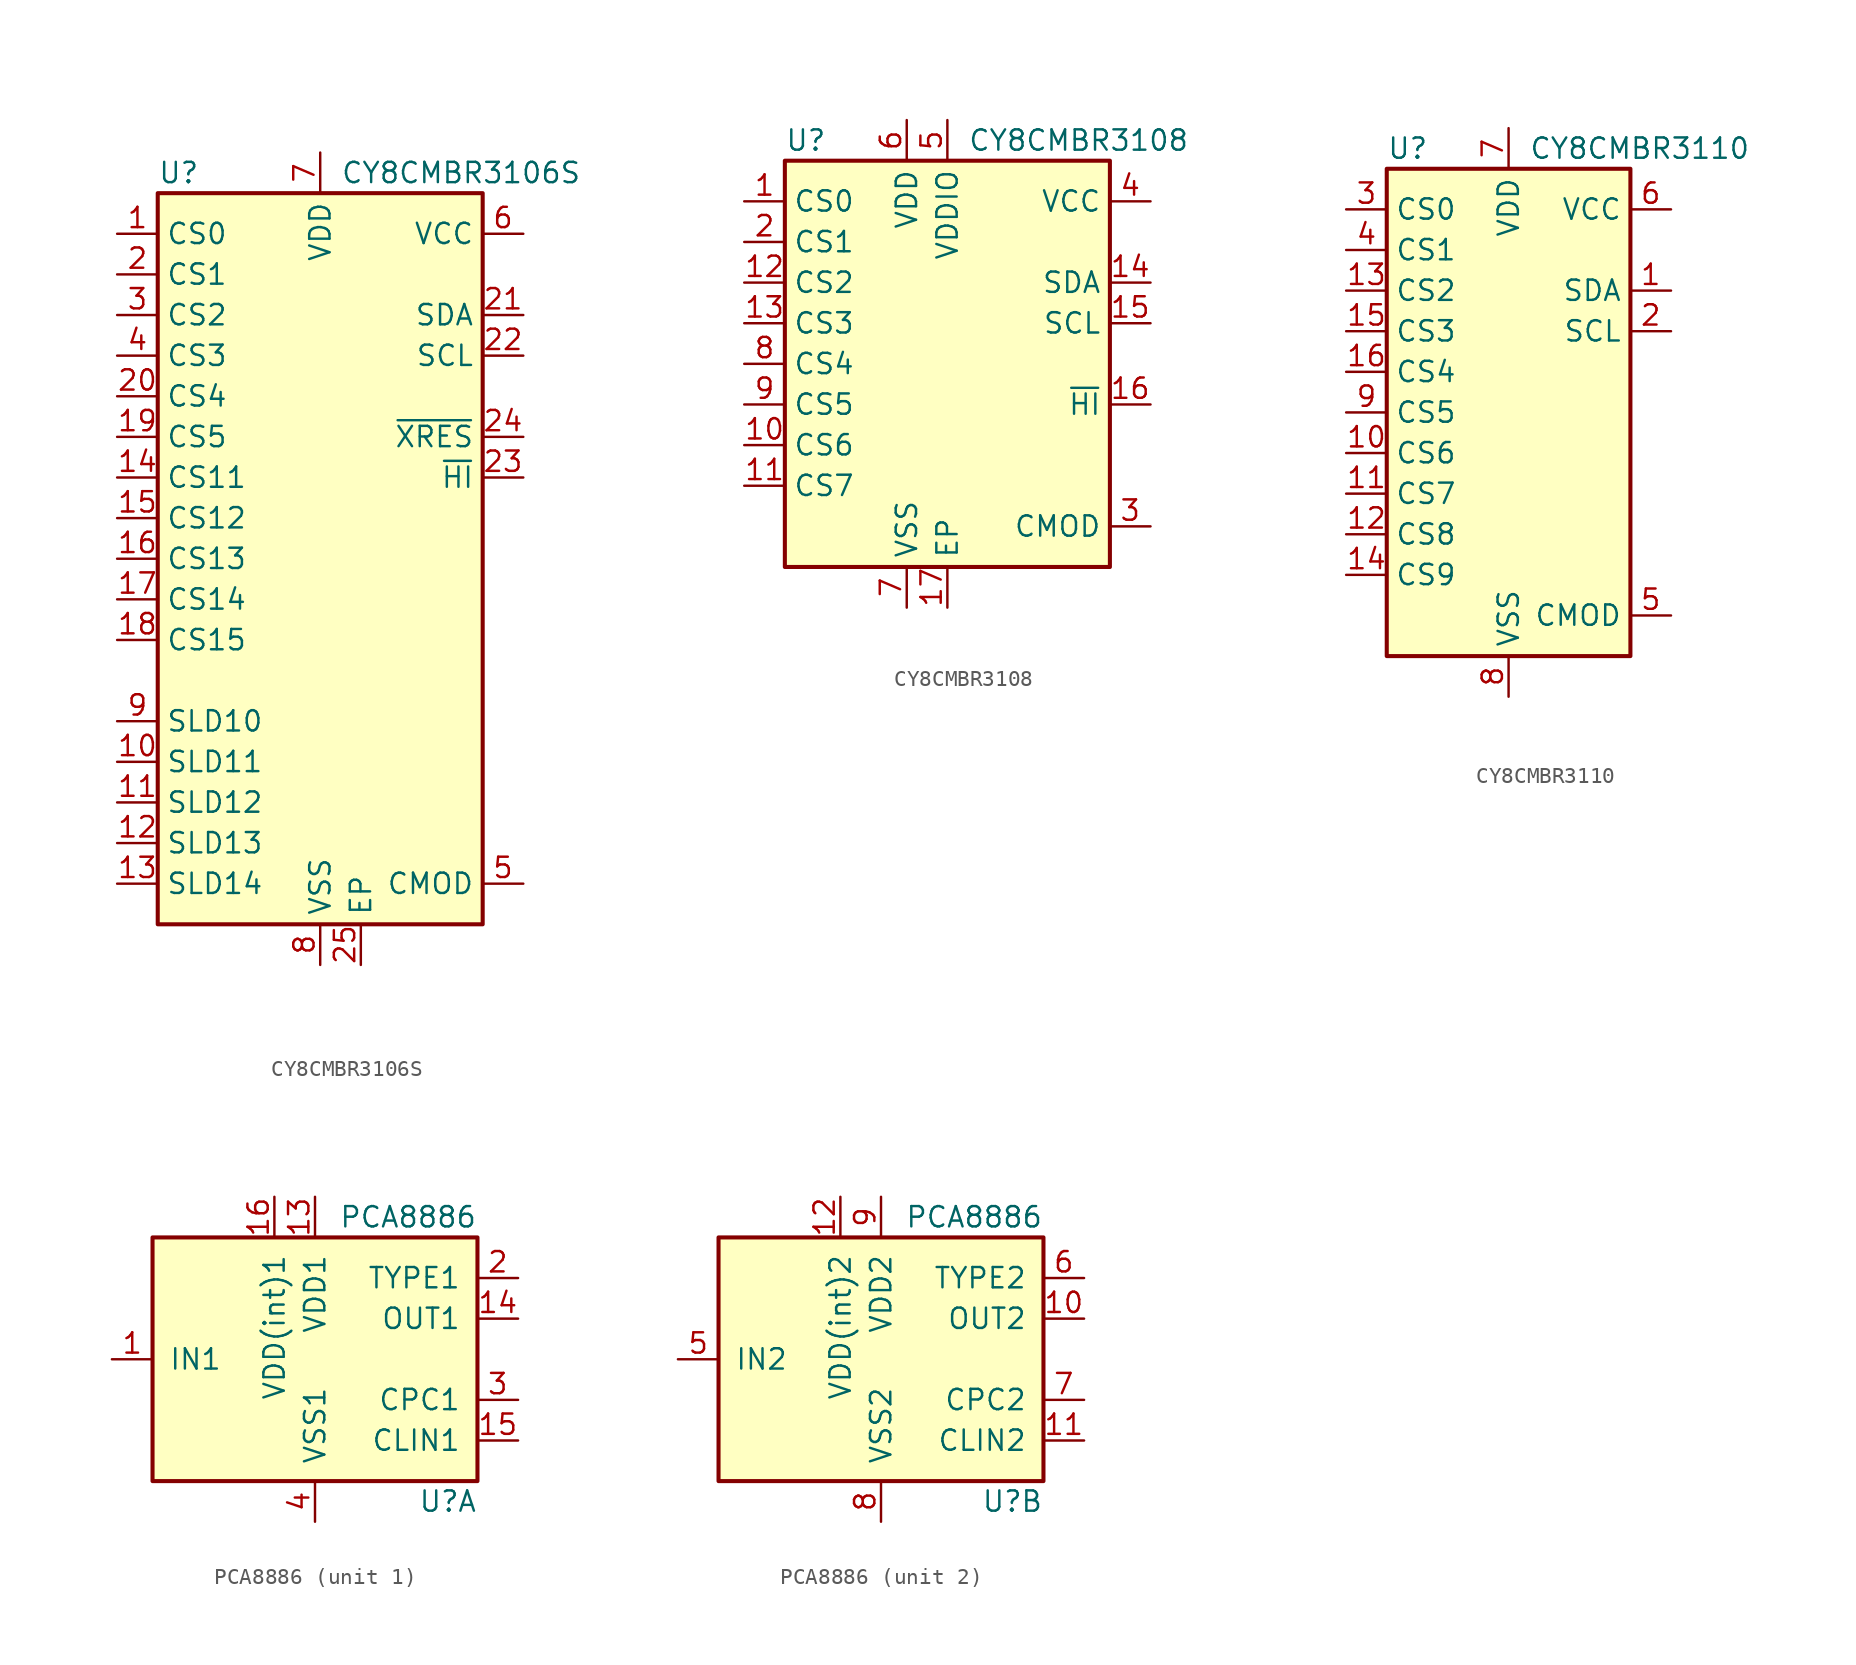
<source format=kicad_sym>
(kicad_symbol_lib
  (version 20201005)
  (generator kicad_symbol_editor)
  (symbol "CY8CMBR3106S"
    (property "Reference" "U"
      (at -10.16 24.13 0)
      (effects (font (size 1.27 1.27)) (justify left)))
    (property "Value" "CY8CMBR3106S"
      (at 1.27 24.13 0)
      (effects (font (size 1.27 1.27)) (justify left)))
    (symbol "CY8CMBR3106S_0_1"
      (rectangle (start -10.16 22.86) (end 10.16 -22.86) (stroke (width 0.254)) (fill (type background))))
    (symbol "CY8CMBR3106S_1_1"
      (pin passive line (at -12.7 20.32 0) (length 2.54) (name "CS0" (effects (font (size 1.27 1.27)))) (number "1" (effects (font (size 1.27 1.27)))))
      (pin passive line (at -12.7 -12.7 0) (length 2.54) (name "SLD11" (effects (font (size 1.27 1.27)))) (number "10" (effects (font (size 1.27 1.27)))))
      (pin passive line (at -12.7 -15.24 0) (length 2.54) (name "SLD12" (effects (font (size 1.27 1.27)))) (number "11" (effects (font (size 1.27 1.27)))))
      (pin passive line (at -12.7 -17.78 0) (length 2.54) (name "SLD13" (effects (font (size 1.27 1.27)))) (number "12" (effects (font (size 1.27 1.27)))))
      (pin passive line (at -12.7 -20.32 0) (length 2.54) (name "SLD14" (effects (font (size 1.27 1.27)))) (number "13" (effects (font (size 1.27 1.27)))))
      (pin passive line (at -12.7 5.08 0) (length 2.54) (name "CS11" (effects (font (size 1.27 1.27)))) (number "14" (effects (font (size 1.27 1.27)))))
      (pin passive line (at -12.7 2.54 0) (length 2.54) (name "CS12" (effects (font (size 1.27 1.27)))) (number "15" (effects (font (size 1.27 1.27)))))
      (pin passive line (at -12.7 0 0) (length 2.54) (name "CS13" (effects (font (size 1.27 1.27)))) (number "16" (effects (font (size 1.27 1.27)))))
      (pin passive line (at -12.7 -2.54 0) (length 2.54) (name "CS14" (effects (font (size 1.27 1.27)))) (number "17" (effects (font (size 1.27 1.27)))))
      (pin passive line (at -12.7 -5.08 0) (length 2.54) (name "CS15" (effects (font (size 1.27 1.27)))) (number "18" (effects (font (size 1.27 1.27)))))
      (pin passive line (at -12.7 7.62 0) (length 2.54) (name "CS5" (effects (font (size 1.27 1.27)))) (number "19" (effects (font (size 1.27 1.27)))))
      (pin passive line (at -12.7 17.78 0) (length 2.54) (name "CS1" (effects (font (size 1.27 1.27)))) (number "2" (effects (font (size 1.27 1.27)))))
      (pin passive line (at -12.7 10.16 0) (length 2.54) (name "CS4" (effects (font (size 1.27 1.27)))) (number "20" (effects (font (size 1.27 1.27)))))
      (pin bidirectional line (at 12.7 15.24 180) (length 2.54) (name "SDA" (effects (font (size 1.27 1.27)))) (number "21" (effects (font (size 1.27 1.27)))))
      (pin input line (at 12.7 12.7 180) (length 2.54) (name "SCL" (effects (font (size 1.27 1.27)))) (number "22" (effects (font (size 1.27 1.27)))))
      (pin bidirectional line (at 12.7 5.08 180) (length 2.54) (name "~HI" (effects (font (size 1.27 1.27)))) (number "23" (effects (font (size 1.27 1.27)))))
      (pin input line (at 12.7 7.62 180) (length 2.54) (name "~XRES" (effects (font (size 1.27 1.27)))) (number "24" (effects (font (size 1.27 1.27)))))
      (pin passive line (at 2.54 -25.4 90) (length 2.54) (name "EP" (effects (font (size 1.27 1.27)))) (number "25" (effects (font (size 1.27 1.27)))))
      (pin passive line (at -12.7 15.24 0) (length 2.54) (name "CS2" (effects (font (size 1.27 1.27)))) (number "3" (effects (font (size 1.27 1.27)))))
      (pin passive line (at -12.7 12.7 0) (length 2.54) (name "CS3" (effects (font (size 1.27 1.27)))) (number "4" (effects (font (size 1.27 1.27)))))
      (pin passive line (at 12.7 -20.32 180) (length 2.54) (name "CMOD" (effects (font (size 1.27 1.27)))) (number "5" (effects (font (size 1.27 1.27)))))
      (pin passive line (at 12.7 20.32 180) (length 2.54) (name "VCC" (effects (font (size 1.27 1.27)))) (number "6" (effects (font (size 1.27 1.27)))))
      (pin power_in line (at 0 25.4 270) (length 2.54) (name "VDD" (effects (font (size 1.27 1.27)))) (number "7" (effects (font (size 1.27 1.27)))))
      (pin power_in line (at 0 -25.4 90) (length 2.54) (name "VSS" (effects (font (size 1.27 1.27)))) (number "8" (effects (font (size 1.27 1.27)))))
      (pin passive line (at -12.7 -10.16 0) (length 2.54) (name "SLD10" (effects (font (size 1.27 1.27)))) (number "9" (effects (font (size 1.27 1.27)))))))
  (symbol "CY8CMBR3108"
    (property "Reference" "U"
      (at -10.16 13.97 0)
      (effects (font (size 1.27 1.27)) (justify left)))
    (property "Value" "CY8CMBR3108"
      (at 1.27 13.97 0)
      (effects (font (size 1.27 1.27)) (justify left)))
    (symbol "CY8CMBR3108_0_1"
      (rectangle (start -10.16 12.7) (end 10.16 -12.7) (stroke (width 0.254)) (fill (type background))))
    (symbol "CY8CMBR3108_1_1"
      (pin passive line (at -12.7 10.16 0) (length 2.54) (name "CS0" (effects (font (size 1.27 1.27)))) (number "1" (effects (font (size 1.27 1.27)))))
      (pin passive line (at -12.7 -5.08 0) (length 2.54) (name "CS6" (effects (font (size 1.27 1.27)))) (number "10" (effects (font (size 1.27 1.27)))))
      (pin passive line (at -12.7 -7.62 0) (length 2.54) (name "CS7" (effects (font (size 1.27 1.27)))) (number "11" (effects (font (size 1.27 1.27)))))
      (pin passive line (at -12.7 5.08 0) (length 2.54) (name "CS2" (effects (font (size 1.27 1.27)))) (number "12" (effects (font (size 1.27 1.27)))))
      (pin passive line (at -12.7 2.54 0) (length 2.54) (name "CS3" (effects (font (size 1.27 1.27)))) (number "13" (effects (font (size 1.27 1.27)))))
      (pin bidirectional line (at 12.7 5.08 180) (length 2.54) (name "SDA" (effects (font (size 1.27 1.27)))) (number "14" (effects (font (size 1.27 1.27)))))
      (pin input line (at 12.7 2.54 180) (length 2.54) (name "SCL" (effects (font (size 1.27 1.27)))) (number "15" (effects (font (size 1.27 1.27)))))
      (pin bidirectional line (at 12.7 -2.54 180) (length 2.54) (name "~HI" (effects (font (size 1.27 1.27)))) (number "16" (effects (font (size 1.27 1.27)))))
      (pin passive line (at 0 -15.24 90) (length 2.54) (name "EP" (effects (font (size 1.27 1.27)))) (number "17" (effects (font (size 1.27 1.27)))))
      (pin passive line (at -12.7 7.62 0) (length 2.54) (name "CS1" (effects (font (size 1.27 1.27)))) (number "2" (effects (font (size 1.27 1.27)))))
      (pin passive line (at 12.7 -10.16 180) (length 2.54) (name "CMOD" (effects (font (size 1.27 1.27)))) (number "3" (effects (font (size 1.27 1.27)))))
      (pin passive line (at 12.7 10.16 180) (length 2.54) (name "VCC" (effects (font (size 1.27 1.27)))) (number "4" (effects (font (size 1.27 1.27)))))
      (pin power_in line (at 0 15.24 270) (length 2.54) (name "VDDIO" (effects (font (size 1.27 1.27)))) (number "5" (effects (font (size 1.27 1.27)))))
      (pin power_in line (at -2.54 15.24 270) (length 2.54) (name "VDD" (effects (font (size 1.27 1.27)))) (number "6" (effects (font (size 1.27 1.27)))))
      (pin power_in line (at -2.54 -15.24 90) (length 2.54) (name "VSS" (effects (font (size 1.27 1.27)))) (number "7" (effects (font (size 1.27 1.27)))))
      (pin passive line (at -12.7 0 0) (length 2.54) (name "CS4" (effects (font (size 1.27 1.27)))) (number "8" (effects (font (size 1.27 1.27)))))
      (pin passive line (at -12.7 -2.54 0) (length 2.54) (name "CS5" (effects (font (size 1.27 1.27)))) (number "9" (effects (font (size 1.27 1.27)))))))
  (symbol "CY8CMBR3110"
    (property "Reference" "U"
      (at -7.62 16.51 0)
      (effects (font (size 1.27 1.27)) (justify left)))
    (property "Value" "CY8CMBR3110"
      (at 1.27 16.51 0)
      (effects (font (size 1.27 1.27)) (justify left)))
    (symbol "CY8CMBR3110_0_1"
      (rectangle (start -7.62 15.24) (end 7.62 -15.24) (stroke (width 0.254)) (fill (type background))))
    (symbol "CY8CMBR3110_1_1"
      (pin bidirectional line (at 10.16 7.62 180) (length 2.54) (name "SDA" (effects (font (size 1.27 1.27)))) (number "1" (effects (font (size 1.27 1.27)))))
      (pin passive line (at -10.16 -2.54 0) (length 2.54) (name "CS6" (effects (font (size 1.27 1.27)))) (number "10" (effects (font (size 1.27 1.27)))))
      (pin passive line (at -10.16 -5.08 0) (length 2.54) (name "CS7" (effects (font (size 1.27 1.27)))) (number "11" (effects (font (size 1.27 1.27)))))
      (pin passive line (at -10.16 -7.62 0) (length 2.54) (name "CS8" (effects (font (size 1.27 1.27)))) (number "12" (effects (font (size 1.27 1.27)))))
      (pin passive line (at -10.16 7.62 0) (length 2.54) (name "CS2" (effects (font (size 1.27 1.27)))) (number "13" (effects (font (size 1.27 1.27)))))
      (pin passive line (at -10.16 -10.16 0) (length 2.54) (name "CS9" (effects (font (size 1.27 1.27)))) (number "14" (effects (font (size 1.27 1.27)))))
      (pin passive line (at -10.16 5.08 0) (length 2.54) (name "CS3" (effects (font (size 1.27 1.27)))) (number "15" (effects (font (size 1.27 1.27)))))
      (pin passive line (at -10.16 2.54 0) (length 2.54) (name "CS4" (effects (font (size 1.27 1.27)))) (number "16" (effects (font (size 1.27 1.27)))))
      (pin input line (at 10.16 5.08 180) (length 2.54) (name "SCL" (effects (font (size 1.27 1.27)))) (number "2" (effects (font (size 1.27 1.27)))))
      (pin passive line (at -10.16 12.7 0) (length 2.54) (name "CS0" (effects (font (size 1.27 1.27)))) (number "3" (effects (font (size 1.27 1.27)))))
      (pin passive line (at -10.16 10.16 0) (length 2.54) (name "CS1" (effects (font (size 1.27 1.27)))) (number "4" (effects (font (size 1.27 1.27)))))
      (pin passive line (at 10.16 -12.7 180) (length 2.54) (name "CMOD" (effects (font (size 1.27 1.27)))) (number "5" (effects (font (size 1.27 1.27)))))
      (pin passive line (at 10.16 12.7 180) (length 2.54) (name "VCC" (effects (font (size 1.27 1.27)))) (number "6" (effects (font (size 1.27 1.27)))))
      (pin power_in line (at 0 17.78 270) (length 2.54) (name "VDD" (effects (font (size 1.27 1.27)))) (number "7" (effects (font (size 1.27 1.27)))))
      (pin power_in line (at 0 -17.78 90) (length 2.54) (name "VSS" (effects (font (size 1.27 1.27)))) (number "8" (effects (font (size 1.27 1.27)))))
      (pin passive line (at -10.16 0 0) (length 2.54) (name "CS5" (effects (font (size 1.27 1.27)))) (number "9" (effects (font (size 1.27 1.27)))))))
  (symbol "PCA8886"
    (pin_names
      (offset 1.016))
    (property "Reference" "U"
      (at 10.16 -8.89 0)
      (effects (font (size 1.27 1.27)) (justify right)))
    (property "Value" "PCA8886"
      (at 10.16 8.89 0)
      (effects (font (size 1.27 1.27)) (justify right)))
    (property "ki_locked" ""
      (at 0 0 0)
      (effects (font (size 1.27 1.27))))
    (symbol "PCA8886_0_1"
      (rectangle (start 10.16 -7.62) (end -10.16 7.62) (stroke (width 0.254)) (fill (type background))))
    (symbol "PCA8886_1_1"
      (pin input line (at -12.7 0 0) (length 2.54) (name "IN1" (effects (font (size 1.27 1.27)))) (number "1" (effects (font (size 1.27 1.27)))))
      (pin power_in line (at 0 10.16 270) (length 2.54) (name "VDD1" (effects (font (size 1.27 1.27)))) (number "13" (effects (font (size 1.27 1.27)))))
      (pin output line (at 12.7 2.54 180) (length 2.54) (name "OUT1" (effects (font (size 1.27 1.27)))) (number "14" (effects (font (size 1.27 1.27)))))
      (pin bidirectional line (at 12.7 -5.08 180) (length 2.54) (name "CLIN1" (effects (font (size 1.27 1.27)))) (number "15" (effects (font (size 1.27 1.27)))))
      (pin power_out line (at -2.54 10.16 270) (length 2.54) (name "VDD(int)1" (effects (font (size 1.27 1.27)))) (number "16" (effects (font (size 1.27 1.27)))))
      (pin input line (at 12.7 5.08 180) (length 2.54) (name "TYPE1" (effects (font (size 1.27 1.27)))) (number "2" (effects (font (size 1.27 1.27)))))
      (pin bidirectional line (at 12.7 -2.54 180) (length 2.54) (name "CPC1" (effects (font (size 1.27 1.27)))) (number "3" (effects (font (size 1.27 1.27)))))
      (pin power_in line (at 0 -10.16 90) (length 2.54) (name "VSS1" (effects (font (size 1.27 1.27)))) (number "4" (effects (font (size 1.27 1.27))))))
    (symbol "PCA8886_2_1"
      (pin output line (at 12.7 2.54 180) (length 2.54) (name "OUT2" (effects (font (size 1.27 1.27)))) (number "10" (effects (font (size 1.27 1.27)))))
      (pin bidirectional line (at 12.7 -5.08 180) (length 2.54) (name "CLIN2" (effects (font (size 1.27 1.27)))) (number "11" (effects (font (size 1.27 1.27)))))
      (pin power_out line (at -2.54 10.16 270) (length 2.54) (name "VDD(int)2" (effects (font (size 1.27 1.27)))) (number "12" (effects (font (size 1.27 1.27)))))
      (pin input line (at -12.7 0 0) (length 2.54) (name "IN2" (effects (font (size 1.27 1.27)))) (number "5" (effects (font (size 1.27 1.27)))))
      (pin input line (at 12.7 5.08 180) (length 2.54) (name "TYPE2" (effects (font (size 1.27 1.27)))) (number "6" (effects (font (size 1.27 1.27)))))
      (pin bidirectional line (at 12.7 -2.54 180) (length 2.54) (name "CPC2" (effects (font (size 1.27 1.27)))) (number "7" (effects (font (size 1.27 1.27)))))
      (pin power_in line (at 0 -10.16 90) (length 2.54) (name "VSS2" (effects (font (size 1.27 1.27)))) (number "8" (effects (font (size 1.27 1.27)))))
      (pin power_in line (at 0 10.16 270) (length 2.54) (name "VDD2" (effects (font (size 1.27 1.27)))) (number "9" (effects (font (size 1.27 1.27))))))))
</source>
